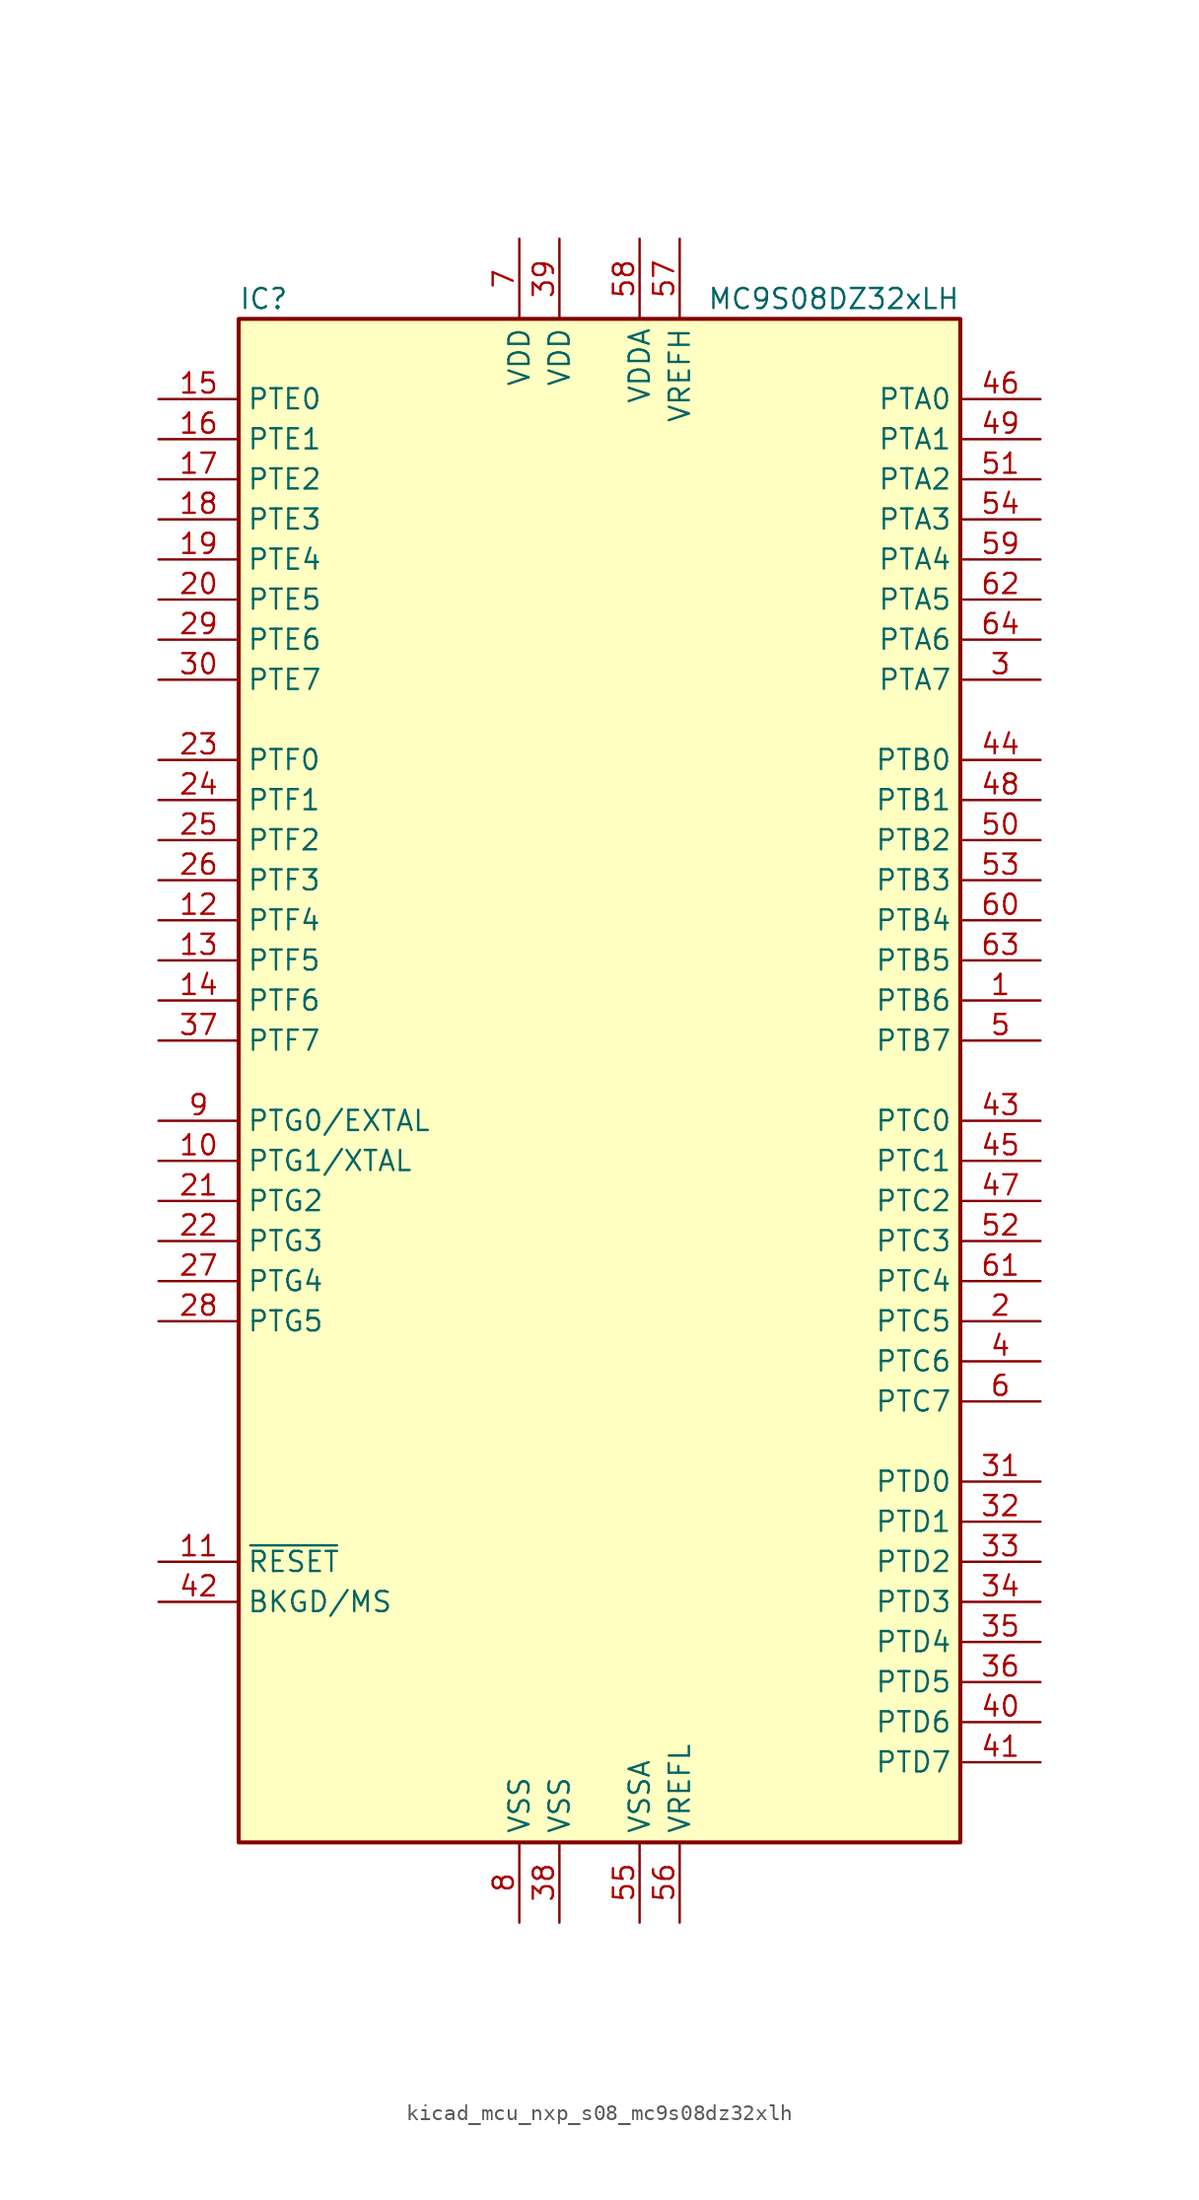
<source format=kicad_sym>
(kicad_symbol_lib
  (version 20220914)
  (generator kicad_symbol_editor)
  (symbol "kicad_mcu_nxp_s08_mc9s08dz32xlh"
    (property "Reference" "IC"
      (at -22.86 49.53 0)
      (effects (font (size 1.27 1.27)) (justify left)))
    (property "Value" "MC9S08DZ32xLH"
      (at 22.86 49.53 0)
      (effects (font (size 1.27 1.27)) (justify right)))
    (symbol "kicad_mcu_nxp_s08_mc9s08dz32xlh_0_1"
      (rectangle (start -22.86 48.26) (end 22.86 -48.26) (stroke (width 0.254) (type default)) (fill (type background))))
    (symbol "kicad_mcu_nxp_s08_mc9s08dz32xlh_1_1"
      (pin bidirectional line (at 27.94 5.08 180) (length 5.08) (name "PTB6" (effects (font (size 1.27 1.27)))) (number "1" (effects (font (size 1.27 1.27)))))
      (pin bidirectional line (at -27.94 -5.08 0) (length 5.08) (name "PTG1/XTAL" (effects (font (size 1.27 1.27)))) (number "10" (effects (font (size 1.27 1.27)))))
      (pin input line (at -27.94 -30.48 0) (length 5.08) (name "~{RESET}" (effects (font (size 1.27 1.27)))) (number "11" (effects (font (size 1.27 1.27)))))
      (pin bidirectional line (at -27.94 10.16 0) (length 5.08) (name "PTF4" (effects (font (size 1.27 1.27)))) (number "12" (effects (font (size 1.27 1.27)))))
      (pin bidirectional line (at -27.94 7.62 0) (length 5.08) (name "PTF5" (effects (font (size 1.27 1.27)))) (number "13" (effects (font (size 1.27 1.27)))))
      (pin bidirectional line (at -27.94 5.08 0) (length 5.08) (name "PTF6" (effects (font (size 1.27 1.27)))) (number "14" (effects (font (size 1.27 1.27)))))
      (pin bidirectional line (at -27.94 43.18 0) (length 5.08) (name "PTE0" (effects (font (size 1.27 1.27)))) (number "15" (effects (font (size 1.27 1.27)))))
      (pin bidirectional line (at -27.94 40.64 0) (length 5.08) (name "PTE1" (effects (font (size 1.27 1.27)))) (number "16" (effects (font (size 1.27 1.27)))))
      (pin bidirectional line (at -27.94 38.1 0) (length 5.08) (name "PTE2" (effects (font (size 1.27 1.27)))) (number "17" (effects (font (size 1.27 1.27)))))
      (pin bidirectional line (at -27.94 35.56 0) (length 5.08) (name "PTE3" (effects (font (size 1.27 1.27)))) (number "18" (effects (font (size 1.27 1.27)))))
      (pin bidirectional line (at -27.94 33.02 0) (length 5.08) (name "PTE4" (effects (font (size 1.27 1.27)))) (number "19" (effects (font (size 1.27 1.27)))))
      (pin bidirectional line (at 27.94 -15.24 180) (length 5.08) (name "PTC5" (effects (font (size 1.27 1.27)))) (number "2" (effects (font (size 1.27 1.27)))))
      (pin bidirectional line (at -27.94 30.48 0) (length 5.08) (name "PTE5" (effects (font (size 1.27 1.27)))) (number "20" (effects (font (size 1.27 1.27)))))
      (pin bidirectional line (at -27.94 -7.62 0) (length 5.08) (name "PTG2" (effects (font (size 1.27 1.27)))) (number "21" (effects (font (size 1.27 1.27)))))
      (pin bidirectional line (at -27.94 -10.16 0) (length 5.08) (name "PTG3" (effects (font (size 1.27 1.27)))) (number "22" (effects (font (size 1.27 1.27)))))
      (pin bidirectional line (at -27.94 20.32 0) (length 5.08) (name "PTF0" (effects (font (size 1.27 1.27)))) (number "23" (effects (font (size 1.27 1.27)))))
      (pin bidirectional line (at -27.94 17.78 0) (length 5.08) (name "PTF1" (effects (font (size 1.27 1.27)))) (number "24" (effects (font (size 1.27 1.27)))))
      (pin bidirectional line (at -27.94 15.24 0) (length 5.08) (name "PTF2" (effects (font (size 1.27 1.27)))) (number "25" (effects (font (size 1.27 1.27)))))
      (pin bidirectional line (at -27.94 12.7 0) (length 5.08) (name "PTF3" (effects (font (size 1.27 1.27)))) (number "26" (effects (font (size 1.27 1.27)))))
      (pin bidirectional line (at -27.94 -12.7 0) (length 5.08) (name "PTG4" (effects (font (size 1.27 1.27)))) (number "27" (effects (font (size 1.27 1.27)))))
      (pin bidirectional line (at -27.94 -15.24 0) (length 5.08) (name "PTG5" (effects (font (size 1.27 1.27)))) (number "28" (effects (font (size 1.27 1.27)))))
      (pin bidirectional line (at -27.94 27.94 0) (length 5.08) (name "PTE6" (effects (font (size 1.27 1.27)))) (number "29" (effects (font (size 1.27 1.27)))))
      (pin bidirectional line (at 27.94 25.4 180) (length 5.08) (name "PTA7" (effects (font (size 1.27 1.27)))) (number "3" (effects (font (size 1.27 1.27)))))
      (pin bidirectional line (at -27.94 25.4 0) (length 5.08) (name "PTE7" (effects (font (size 1.27 1.27)))) (number "30" (effects (font (size 1.27 1.27)))))
      (pin bidirectional line (at 27.94 -25.4 180) (length 5.08) (name "PTD0" (effects (font (size 1.27 1.27)))) (number "31" (effects (font (size 1.27 1.27)))))
      (pin bidirectional line (at 27.94 -27.94 180) (length 5.08) (name "PTD1" (effects (font (size 1.27 1.27)))) (number "32" (effects (font (size 1.27 1.27)))))
      (pin bidirectional line (at 27.94 -30.48 180) (length 5.08) (name "PTD2" (effects (font (size 1.27 1.27)))) (number "33" (effects (font (size 1.27 1.27)))))
      (pin bidirectional line (at 27.94 -33.02 180) (length 5.08) (name "PTD3" (effects (font (size 1.27 1.27)))) (number "34" (effects (font (size 1.27 1.27)))))
      (pin bidirectional line (at 27.94 -35.56 180) (length 5.08) (name "PTD4" (effects (font (size 1.27 1.27)))) (number "35" (effects (font (size 1.27 1.27)))))
      (pin bidirectional line (at 27.94 -38.1 180) (length 5.08) (name "PTD5" (effects (font (size 1.27 1.27)))) (number "36" (effects (font (size 1.27 1.27)))))
      (pin bidirectional line (at -27.94 2.54 0) (length 5.08) (name "PTF7" (effects (font (size 1.27 1.27)))) (number "37" (effects (font (size 1.27 1.27)))))
      (pin power_in line (at -2.54 -53.34 90) (length 5.08) (name "VSS" (effects (font (size 1.27 1.27)))) (number "38" (effects (font (size 1.27 1.27)))))
      (pin power_in line (at -2.54 53.34 270) (length 5.08) (name "VDD" (effects (font (size 1.27 1.27)))) (number "39" (effects (font (size 1.27 1.27)))))
      (pin bidirectional line (at 27.94 -17.78 180) (length 5.08) (name "PTC6" (effects (font (size 1.27 1.27)))) (number "4" (effects (font (size 1.27 1.27)))))
      (pin bidirectional line (at 27.94 -40.64 180) (length 5.08) (name "PTD6" (effects (font (size 1.27 1.27)))) (number "40" (effects (font (size 1.27 1.27)))))
      (pin bidirectional line (at 27.94 -43.18 180) (length 5.08) (name "PTD7" (effects (font (size 1.27 1.27)))) (number "41" (effects (font (size 1.27 1.27)))))
      (pin bidirectional line (at -27.94 -33.02 0) (length 5.08) (name "BKGD/MS" (effects (font (size 1.27 1.27)))) (number "42" (effects (font (size 1.27 1.27)))))
      (pin bidirectional line (at 27.94 -2.54 180) (length 5.08) (name "PTC0" (effects (font (size 1.27 1.27)))) (number "43" (effects (font (size 1.27 1.27)))))
      (pin bidirectional line (at 27.94 20.32 180) (length 5.08) (name "PTB0" (effects (font (size 1.27 1.27)))) (number "44" (effects (font (size 1.27 1.27)))))
      (pin bidirectional line (at 27.94 -5.08 180) (length 5.08) (name "PTC1" (effects (font (size 1.27 1.27)))) (number "45" (effects (font (size 1.27 1.27)))))
      (pin bidirectional line (at 27.94 43.18 180) (length 5.08) (name "PTA0" (effects (font (size 1.27 1.27)))) (number "46" (effects (font (size 1.27 1.27)))))
      (pin bidirectional line (at 27.94 -7.62 180) (length 5.08) (name "PTC2" (effects (font (size 1.27 1.27)))) (number "47" (effects (font (size 1.27 1.27)))))
      (pin bidirectional line (at 27.94 17.78 180) (length 5.08) (name "PTB1" (effects (font (size 1.27 1.27)))) (number "48" (effects (font (size 1.27 1.27)))))
      (pin bidirectional line (at 27.94 40.64 180) (length 5.08) (name "PTA1" (effects (font (size 1.27 1.27)))) (number "49" (effects (font (size 1.27 1.27)))))
      (pin bidirectional line (at 27.94 2.54 180) (length 5.08) (name "PTB7" (effects (font (size 1.27 1.27)))) (number "5" (effects (font (size 1.27 1.27)))))
      (pin bidirectional line (at 27.94 15.24 180) (length 5.08) (name "PTB2" (effects (font (size 1.27 1.27)))) (number "50" (effects (font (size 1.27 1.27)))))
      (pin bidirectional line (at 27.94 38.1 180) (length 5.08) (name "PTA2" (effects (font (size 1.27 1.27)))) (number "51" (effects (font (size 1.27 1.27)))))
      (pin bidirectional line (at 27.94 -10.16 180) (length 5.08) (name "PTC3" (effects (font (size 1.27 1.27)))) (number "52" (effects (font (size 1.27 1.27)))))
      (pin bidirectional line (at 27.94 12.7 180) (length 5.08) (name "PTB3" (effects (font (size 1.27 1.27)))) (number "53" (effects (font (size 1.27 1.27)))))
      (pin bidirectional line (at 27.94 35.56 180) (length 5.08) (name "PTA3" (effects (font (size 1.27 1.27)))) (number "54" (effects (font (size 1.27 1.27)))))
      (pin power_in line (at 2.54 -53.34 90) (length 5.08) (name "VSSA" (effects (font (size 1.27 1.27)))) (number "55" (effects (font (size 1.27 1.27)))))
      (pin power_in line (at 5.08 -53.34 90) (length 5.08) (name "VREFL" (effects (font (size 1.27 1.27)))) (number "56" (effects (font (size 1.27 1.27)))))
      (pin power_in line (at 5.08 53.34 270) (length 5.08) (name "VREFH" (effects (font (size 1.27 1.27)))) (number "57" (effects (font (size 1.27 1.27)))))
      (pin power_in line (at 2.54 53.34 270) (length 5.08) (name "VDDA" (effects (font (size 1.27 1.27)))) (number "58" (effects (font (size 1.27 1.27)))))
      (pin bidirectional line (at 27.94 33.02 180) (length 5.08) (name "PTA4" (effects (font (size 1.27 1.27)))) (number "59" (effects (font (size 1.27 1.27)))))
      (pin bidirectional line (at 27.94 -20.32 180) (length 5.08) (name "PTC7" (effects (font (size 1.27 1.27)))) (number "6" (effects (font (size 1.27 1.27)))))
      (pin bidirectional line (at 27.94 10.16 180) (length 5.08) (name "PTB4" (effects (font (size 1.27 1.27)))) (number "60" (effects (font (size 1.27 1.27)))))
      (pin bidirectional line (at 27.94 -12.7 180) (length 5.08) (name "PTC4" (effects (font (size 1.27 1.27)))) (number "61" (effects (font (size 1.27 1.27)))))
      (pin bidirectional line (at 27.94 30.48 180) (length 5.08) (name "PTA5" (effects (font (size 1.27 1.27)))) (number "62" (effects (font (size 1.27 1.27)))))
      (pin bidirectional line (at 27.94 7.62 180) (length 5.08) (name "PTB5" (effects (font (size 1.27 1.27)))) (number "63" (effects (font (size 1.27 1.27)))))
      (pin bidirectional line (at 27.94 27.94 180) (length 5.08) (name "PTA6" (effects (font (size 1.27 1.27)))) (number "64" (effects (font (size 1.27 1.27)))))
      (pin power_in line (at -5.08 53.34 270) (length 5.08) (name "VDD" (effects (font (size 1.27 1.27)))) (number "7" (effects (font (size 1.27 1.27)))))
      (pin power_in line (at -5.08 -53.34 90) (length 5.08) (name "VSS" (effects (font (size 1.27 1.27)))) (number "8" (effects (font (size 1.27 1.27)))))
      (pin bidirectional line (at -27.94 -2.54 0) (length 5.08) (name "PTG0/EXTAL" (effects (font (size 1.27 1.27)))) (number "9" (effects (font (size 1.27 1.27))))))))
</source>
